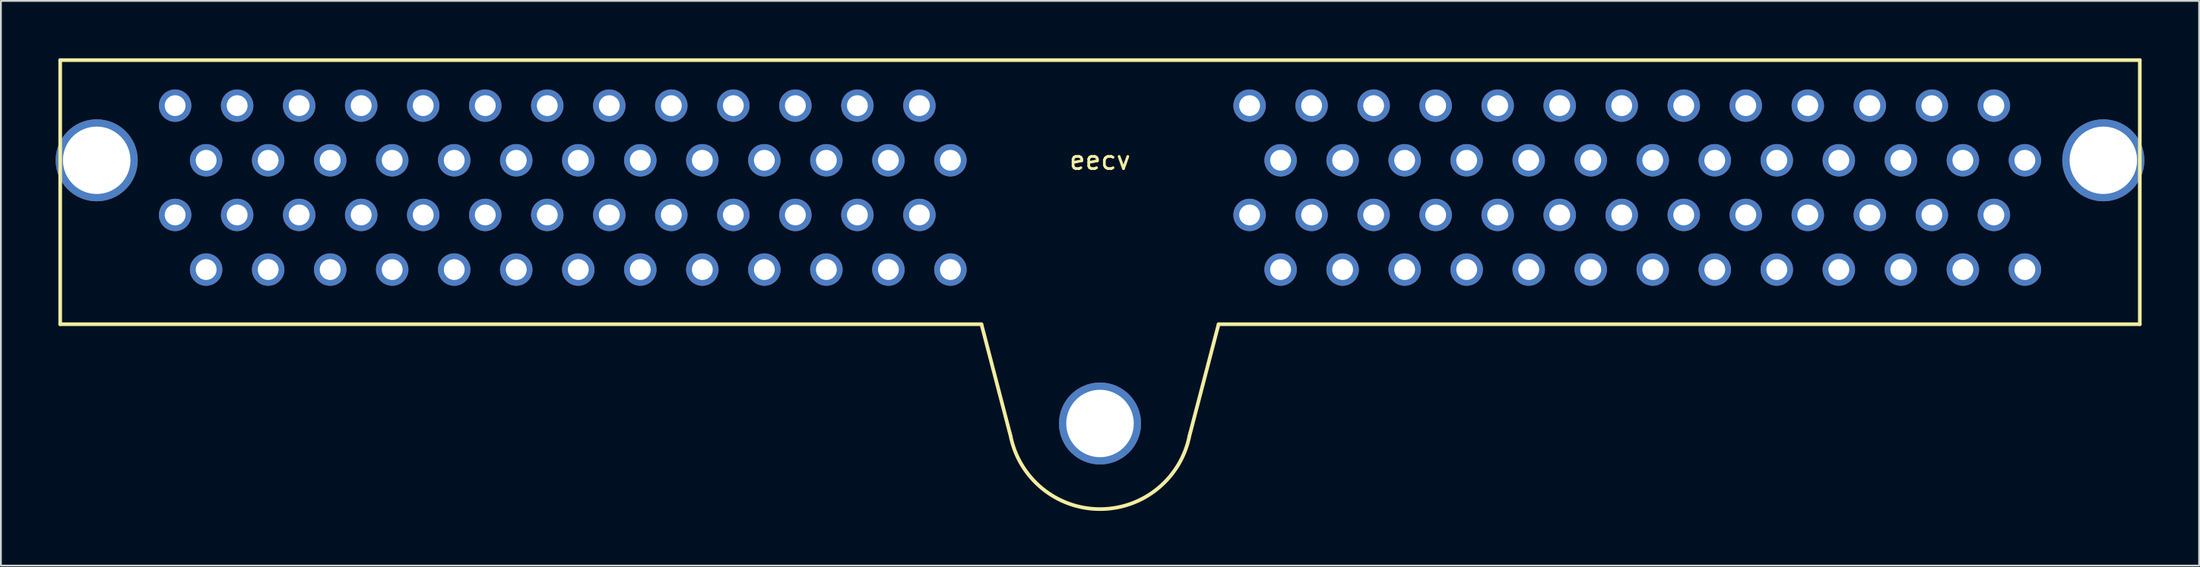
<source format=kicad_pcb>
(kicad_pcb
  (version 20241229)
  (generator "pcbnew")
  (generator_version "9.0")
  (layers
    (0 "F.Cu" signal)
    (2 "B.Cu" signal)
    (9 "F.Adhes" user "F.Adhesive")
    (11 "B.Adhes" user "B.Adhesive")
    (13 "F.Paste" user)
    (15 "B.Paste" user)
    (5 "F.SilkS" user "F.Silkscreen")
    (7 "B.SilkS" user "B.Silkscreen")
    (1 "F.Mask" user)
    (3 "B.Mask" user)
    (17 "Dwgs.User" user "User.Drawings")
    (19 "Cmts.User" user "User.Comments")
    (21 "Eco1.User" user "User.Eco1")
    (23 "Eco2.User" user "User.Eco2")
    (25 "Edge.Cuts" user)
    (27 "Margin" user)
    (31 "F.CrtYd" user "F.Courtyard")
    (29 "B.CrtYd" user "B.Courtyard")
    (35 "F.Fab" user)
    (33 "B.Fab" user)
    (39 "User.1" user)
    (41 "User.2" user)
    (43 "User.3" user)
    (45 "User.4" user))
  (footprint "eecv"
    (layer "F.Cu")
    (at 57.25 0.25)
    (property "Reference" "eecv" (at 0 5.5 0) (layer "F.SilkS") (effects (font (size 1 1) (thickness 0.15))))
    (attr through_hole)
    (fp_line (start -57 0) (end -57 14.5) (stroke (width 0.2) (type solid)) (layer "F.SilkS"))
    (fp_line (start -57 14.5) (end -6.5 14.5) (stroke (width 0.2) (type solid)) (layer "F.SilkS"))
    (fp_line (start -4.903 20.631) (end -6.5 14.5) (stroke (width 0.2) (type solid)) (layer "F.SilkS"))
    (fp_line (start 4.903 20.628) (end 6.5 14.5) (stroke (width 0.2) (type solid)) (layer "F.SilkS"))
    (fp_line (start 6.5 14.5) (end 57 14.5) (stroke (width 0.2) (type solid)) (layer "F.SilkS"))
    (fp_line (start 57 0) (end -57 0) (stroke (width 0.2) (type solid)) (layer "F.SilkS"))
    (fp_line (start 57 14.5) (end 57 0) (stroke (width 0.2) (type solid)) (layer "F.SilkS"))
    (fp_arc (start 4.903359 20.628302) (mid 0.001457 24.65) (end -4.902788 20.63116) (stroke (width 0.2) (type solid)) (layer "F.SilkS"))
    (pad "" thru_hole circle (at -55 5.5) (size 4.5 4.5) (drill 3.7) (layers "*.Cu" "*.Mask"))
    (pad "" thru_hole circle (at 0 19.95) (size 4.5 4.5) (drill 3.7) (layers "*.Cu" "*.Mask"))
    (pad "" thru_hole circle (at 55 5.5) (size 4.5 4.5) (drill 3.7) (layers "*.Cu" "*.Mask"))
    (pad "1" thru_hole circle (at 49 2.5) (size 1.778 1.778) (drill 1.143) (layers "*.Cu" "*.Mask"))
    (pad "2" thru_hole circle (at 45.6 2.5) (size 1.778 1.778) (drill 1.143) (layers "*.Cu" "*.Mask"))
    (pad "3" thru_hole circle (at 42.2 2.5) (size 1.778 1.778) (drill 1.143) (layers "*.Cu" "*.Mask"))
    (pad "4" thru_hole circle (at 38.8 2.5) (size 1.778 1.778) (drill 1.143) (layers "*.Cu" "*.Mask"))
    (pad "5" thru_hole circle (at 35.4 2.5) (size 1.778 1.778) (drill 1.143) (layers "*.Cu" "*.Mask"))
    (pad "6" thru_hole circle (at 32 2.5) (size 1.778 1.778) (drill 1.143) (layers "*.Cu" "*.Mask"))
    (pad "7" thru_hole circle (at 28.6 2.5) (size 1.778 1.778) (drill 1.143) (layers "*.Cu" "*.Mask"))
    (pad "8" thru_hole circle (at 25.2 2.5) (size 1.778 1.778) (drill 1.143) (layers "*.Cu" "*.Mask"))
    (pad "9" thru_hole circle (at 21.8 2.5) (size 1.778 1.778) (drill 1.143) (layers "*.Cu" "*.Mask"))
    (pad "10" thru_hole circle (at 18.4 2.5) (size 1.778 1.778) (drill 1.143) (layers "*.Cu" "*.Mask"))
    (pad "11" thru_hole circle (at 15 2.5) (size 1.778 1.778) (drill 1.143) (layers "*.Cu" "*.Mask"))
    (pad "12" thru_hole circle (at 11.6 2.5) (size 1.778 1.778) (drill 1.143) (layers "*.Cu" "*.Mask"))
    (pad "13" thru_hole circle (at 8.2 2.5) (size 1.778 1.778) (drill 1.143) (layers "*.Cu" "*.Mask"))
    (pad "14" thru_hole circle (at -9.9 2.5) (size 1.778 1.778) (drill 1.143) (layers "*.Cu" "*.Mask"))
    (pad "15" thru_hole circle (at -13.3 2.5) (size 1.778 1.778) (drill 1.143) (layers "*.Cu" "*.Mask"))
    (pad "16" thru_hole circle (at -16.7 2.5) (size 1.778 1.778) (drill 1.143) (layers "*.Cu" "*.Mask"))
    (pad "17" thru_hole circle (at -20.1 2.5) (size 1.778 1.778) (drill 1.143) (layers "*.Cu" "*.Mask"))
    (pad "18" thru_hole circle (at -23.5 2.5) (size 1.778 1.778) (drill 1.143) (layers "*.Cu" "*.Mask"))
    (pad "19" thru_hole circle (at -26.9 2.5) (size 1.778 1.778) (drill 1.143) (layers "*.Cu" "*.Mask"))
    (pad "20" thru_hole circle (at -30.3 2.5) (size 1.778 1.778) (drill 1.143) (layers "*.Cu" "*.Mask"))
    (pad "21" thru_hole circle (at -33.7 2.5) (size 1.778 1.778) (drill 1.143) (layers "*.Cu" "*.Mask"))
    (pad "22" thru_hole circle (at -37.1 2.5) (size 1.778 1.778) (drill 1.143) (layers "*.Cu" "*.Mask"))
    (pad "23" thru_hole circle (at -40.5 2.5) (size 1.778 1.778) (drill 1.143) (layers "*.Cu" "*.Mask"))
    (pad "24" thru_hole circle (at -43.9 2.5) (size 1.778 1.778) (drill 1.143) (layers "*.Cu" "*.Mask"))
    (pad "25" thru_hole circle (at -47.3 2.5) (size 1.778 1.778) (drill 1.143) (layers "*.Cu" "*.Mask"))
    (pad "26" thru_hole circle (at -50.7 2.5) (size 1.778 1.778) (drill 1.143) (layers "*.Cu" "*.Mask"))
    (pad "27" thru_hole circle (at 50.7 5.5) (size 1.778 1.778) (drill 1.143) (layers "*.Cu" "*.Mask"))
    (pad "28" thru_hole circle (at 47.3 5.5) (size 1.778 1.778) (drill 1.143) (layers "*.Cu" "*.Mask"))
    (pad "29" thru_hole circle (at 43.9 5.5) (size 1.778 1.778) (drill 1.143) (layers "*.Cu" "*.Mask"))
    (pad "30" thru_hole circle (at 40.5 5.5) (size 1.778 1.778) (drill 1.143) (layers "*.Cu" "*.Mask"))
    (pad "31" thru_hole circle (at 37.1 5.5) (size 1.778 1.778) (drill 1.143) (layers "*.Cu" "*.Mask"))
    (pad "32" thru_hole circle (at 33.7 5.5) (size 1.778 1.778) (drill 1.143) (layers "*.Cu" "*.Mask"))
    (pad "33" thru_hole circle (at 30.3 5.5) (size 1.778 1.778) (drill 1.143) (layers "*.Cu" "*.Mask"))
    (pad "34" thru_hole circle (at 26.9 5.5) (size 1.778 1.778) (drill 1.143) (layers "*.Cu" "*.Mask"))
    (pad "35" thru_hole circle (at 23.5 5.5) (size 1.778 1.778) (drill 1.143) (layers "*.Cu" "*.Mask"))
    (pad "36" thru_hole circle (at 20.1 5.5) (size 1.778 1.778) (drill 1.143) (layers "*.Cu" "*.Mask"))
    (pad "37" thru_hole circle (at 16.7 5.5) (size 1.778 1.778) (drill 1.143) (layers "*.Cu" "*.Mask"))
    (pad "38" thru_hole circle (at 13.3 5.5) (size 1.778 1.778) (drill 1.143) (layers "*.Cu" "*.Mask"))
    (pad "39" thru_hole circle (at 9.9 5.5) (size 1.778 1.778) (drill 1.143) (layers "*.Cu" "*.Mask"))
    (pad "40" thru_hole circle (at -8.2 5.5) (size 1.778 1.778) (drill 1.143) (layers "*.Cu" "*.Mask"))
    (pad "41" thru_hole circle (at -11.6 5.5) (size 1.778 1.778) (drill 1.143) (layers "*.Cu" "*.Mask"))
    (pad "42" thru_hole circle (at -15 5.5) (size 1.778 1.778) (drill 1.143) (layers "*.Cu" "*.Mask"))
    (pad "43" thru_hole circle (at -18.4 5.5) (size 1.778 1.778) (drill 1.143) (layers "*.Cu" "*.Mask"))
    (pad "44" thru_hole circle (at -21.8 5.5) (size 1.778 1.778) (drill 1.143) (layers "*.Cu" "*.Mask"))
    (pad "45" thru_hole circle (at -25.2 5.5) (size 1.778 1.778) (drill 1.143) (layers "*.Cu" "*.Mask"))
    (pad "46" thru_hole circle (at -28.6 5.5) (size 1.778 1.778) (drill 1.143) (layers "*.Cu" "*.Mask"))
    (pad "47" thru_hole circle (at -32 5.5) (size 1.778 1.778) (drill 1.143) (layers "*.Cu" "*.Mask"))
    (pad "48" thru_hole circle (at -35.4 5.5) (size 1.778 1.778) (drill 1.143) (layers "*.Cu" "*.Mask"))
    (pad "49" thru_hole circle (at -38.8 5.5) (size 1.778 1.778) (drill 1.143) (layers "*.Cu" "*.Mask"))
    (pad "50" thru_hole circle (at -42.2 5.5) (size 1.778 1.778) (drill 1.143) (layers "*.Cu" "*.Mask"))
    (pad "51" thru_hole circle (at -45.6 5.5) (size 1.778 1.778) (drill 1.143) (layers "*.Cu" "*.Mask"))
    (pad "52" thru_hole circle (at -49 5.5) (size 1.778 1.778) (drill 1.143) (layers "*.Cu" "*.Mask"))
    (pad "53" thru_hole circle (at 49 8.5) (size 1.778 1.778) (drill 1.143) (layers "*.Cu" "*.Mask"))
    (pad "54" thru_hole circle (at 45.6 8.5) (size 1.778 1.778) (drill 1.143) (layers "*.Cu" "*.Mask"))
    (pad "55" thru_hole circle (at 42.2 8.5) (size 1.778 1.778) (drill 1.143) (layers "*.Cu" "*.Mask"))
    (pad "56" thru_hole circle (at 38.8 8.5) (size 1.778 1.778) (drill 1.143) (layers "*.Cu" "*.Mask"))
    (pad "57" thru_hole circle (at 35.4 8.5) (size 1.778 1.778) (drill 1.143) (layers "*.Cu" "*.Mask"))
    (pad "58" thru_hole circle (at 32 8.5) (size 1.778 1.778) (drill 1.143) (layers "*.Cu" "*.Mask"))
    (pad "59" thru_hole circle (at 28.6 8.5) (size 1.778 1.778) (drill 1.143) (layers "*.Cu" "*.Mask"))
    (pad "60" thru_hole circle (at 25.2 8.5) (size 1.778 1.778) (drill 1.143) (layers "*.Cu" "*.Mask"))
    (pad "61" thru_hole circle (at 21.8 8.5) (size 1.778 1.778) (drill 1.143) (layers "*.Cu" "*.Mask"))
    (pad "62" thru_hole circle (at 18.4 8.5) (size 1.778 1.778) (drill 1.143) (layers "*.Cu" "*.Mask"))
    (pad "63" thru_hole circle (at 15 8.5) (size 1.778 1.778) (drill 1.143) (layers "*.Cu" "*.Mask"))
    (pad "64" thru_hole circle (at 11.6 8.5) (size 1.778 1.778) (drill 1.143) (layers "*.Cu" "*.Mask"))
    (pad "65" thru_hole circle (at 8.2 8.5) (size 1.778 1.778) (drill 1.143) (layers "*.Cu" "*.Mask"))
    (pad "66" thru_hole circle (at -9.9 8.5) (size 1.778 1.778) (drill 1.143) (layers "*.Cu" "*.Mask"))
    (pad "67" thru_hole circle (at -13.3 8.5) (size 1.778 1.778) (drill 1.143) (layers "*.Cu" "*.Mask"))
    (pad "68" thru_hole circle (at -16.7 8.5) (size 1.778 1.778) (drill 1.143) (layers "*.Cu" "*.Mask"))
    (pad "69" thru_hole circle (at -20.1 8.5) (size 1.778 1.778) (drill 1.143) (layers "*.Cu" "*.Mask"))
    (pad "70" thru_hole circle (at -23.5 8.5) (size 1.778 1.778) (drill 1.143) (layers "*.Cu" "*.Mask"))
    (pad "71" thru_hole circle (at -26.9 8.5) (size 1.778 1.778) (drill 1.143) (layers "*.Cu" "*.Mask"))
    (pad "72" thru_hole circle (at -30.3 8.5) (size 1.778 1.778) (drill 1.143) (layers "*.Cu" "*.Mask"))
    (pad "73" thru_hole circle (at -33.7 8.5) (size 1.778 1.778) (drill 1.143) (layers "*.Cu" "*.Mask"))
    (pad "74" thru_hole circle (at -37.1 8.5) (size 1.778 1.778) (drill 1.143) (layers "*.Cu" "*.Mask"))
    (pad "75" thru_hole circle (at -40.5 8.5) (size 1.778 1.778) (drill 1.143) (layers "*.Cu" "*.Mask"))
    (pad "76" thru_hole circle (at -43.9 8.5) (size 1.778 1.778) (drill 1.143) (layers "*.Cu" "*.Mask"))
    (pad "77" thru_hole circle (at -47.3 8.5) (size 1.778 1.778) (drill 1.143) (layers "*.Cu" "*.Mask"))
    (pad "78" thru_hole circle (at -50.7 8.5) (size 1.778 1.778) (drill 1.143) (layers "*.Cu" "*.Mask"))
    (pad "79" thru_hole circle (at 50.7 11.5) (size 1.778 1.778) (drill 1.143) (layers "*.Cu" "*.Mask"))
    (pad "80" thru_hole circle (at 47.3 11.5) (size 1.778 1.778) (drill 1.143) (layers "*.Cu" "*.Mask"))
    (pad "81" thru_hole circle (at 43.9 11.5) (size 1.778 1.778) (drill 1.143) (layers "*.Cu" "*.Mask"))
    (pad "82" thru_hole circle (at 40.5 11.5) (size 1.778 1.778) (drill 1.143) (layers "*.Cu" "*.Mask"))
    (pad "83" thru_hole circle (at 37.1 11.5) (size 1.778 1.778) (drill 1.143) (layers "*.Cu" "*.Mask"))
    (pad "84" thru_hole circle (at 33.7 11.5) (size 1.778 1.778) (drill 1.143) (layers "*.Cu" "*.Mask"))
    (pad "85" thru_hole circle (at 30.3 11.5) (size 1.778 1.778) (drill 1.143) (layers "*.Cu" "*.Mask"))
    (pad "86" thru_hole circle (at 26.9 11.5) (size 1.778 1.778) (drill 1.143) (layers "*.Cu" "*.Mask"))
    (pad "87" thru_hole circle (at 23.5 11.5) (size 1.778 1.778) (drill 1.143) (layers "*.Cu" "*.Mask"))
    (pad "88" thru_hole circle (at 20.1 11.5) (size 1.778 1.778) (drill 1.143) (layers "*.Cu" "*.Mask"))
    (pad "89" thru_hole circle (at 16.7 11.5) (size 1.778 1.778) (drill 1.143) (layers "*.Cu" "*.Mask"))
    (pad "90" thru_hole circle (at 13.3 11.5) (size 1.778 1.778) (drill 1.143) (layers "*.Cu" "*.Mask"))
    (pad "91" thru_hole circle (at 9.9 11.5) (size 1.778 1.778) (drill 1.143) (layers "*.Cu" "*.Mask"))
    (pad "92" thru_hole circle (at -8.2 11.5) (size 1.778 1.778) (drill 1.143) (layers "*.Cu" "*.Mask"))
    (pad "93" thru_hole circle (at -11.6 11.5) (size 1.778 1.778) (drill 1.143) (layers "*.Cu" "*.Mask"))
    (pad "94" thru_hole circle (at -15 11.5) (size 1.778 1.778) (drill 1.143) (layers "*.Cu" "*.Mask"))
    (pad "95" thru_hole circle (at -18.4 11.5) (size 1.778 1.778) (drill 1.143) (layers "*.Cu" "*.Mask"))
    (pad "96" thru_hole circle (at -21.8 11.5) (size 1.778 1.778) (drill 1.143) (layers "*.Cu" "*.Mask"))
    (pad "97" thru_hole circle (at -25.2 11.5) (size 1.778 1.778) (drill 1.143) (layers "*.Cu" "*.Mask"))
    (pad "98" thru_hole circle (at -28.6 11.5) (size 1.778 1.778) (drill 1.143) (layers "*.Cu" "*.Mask"))
    (pad "99" thru_hole circle (at -32 11.5) (size 1.778 1.778) (drill 1.143) (layers "*.Cu" "*.Mask"))
    (pad "100" thru_hole circle (at -35.4 11.5) (size 1.778 1.778) (drill 1.143) (layers "*.Cu" "*.Mask"))
    (pad "101" thru_hole circle (at -38.8 11.5) (size 1.778 1.778) (drill 1.143) (layers "*.Cu" "*.Mask"))
    (pad "102" thru_hole circle (at -42.2 11.5) (size 1.778 1.778) (drill 1.143) (layers "*.Cu" "*.Mask"))
    (pad "103" thru_hole circle (at -45.6 11.5) (size 1.778 1.778) (drill 1.143) (layers "*.Cu" "*.Mask"))
    (pad "104" thru_hole circle (at -49 11.5) (size 1.778 1.778) (drill 1.143) (layers "*.Cu" "*.Mask")))
  (gr_rect
    (start -3 -3)
    (end 117.5 28)
    (stroke (width 0.1) (type default))
    (fill no)
    (layer "Edge.Cuts")))
</source>
